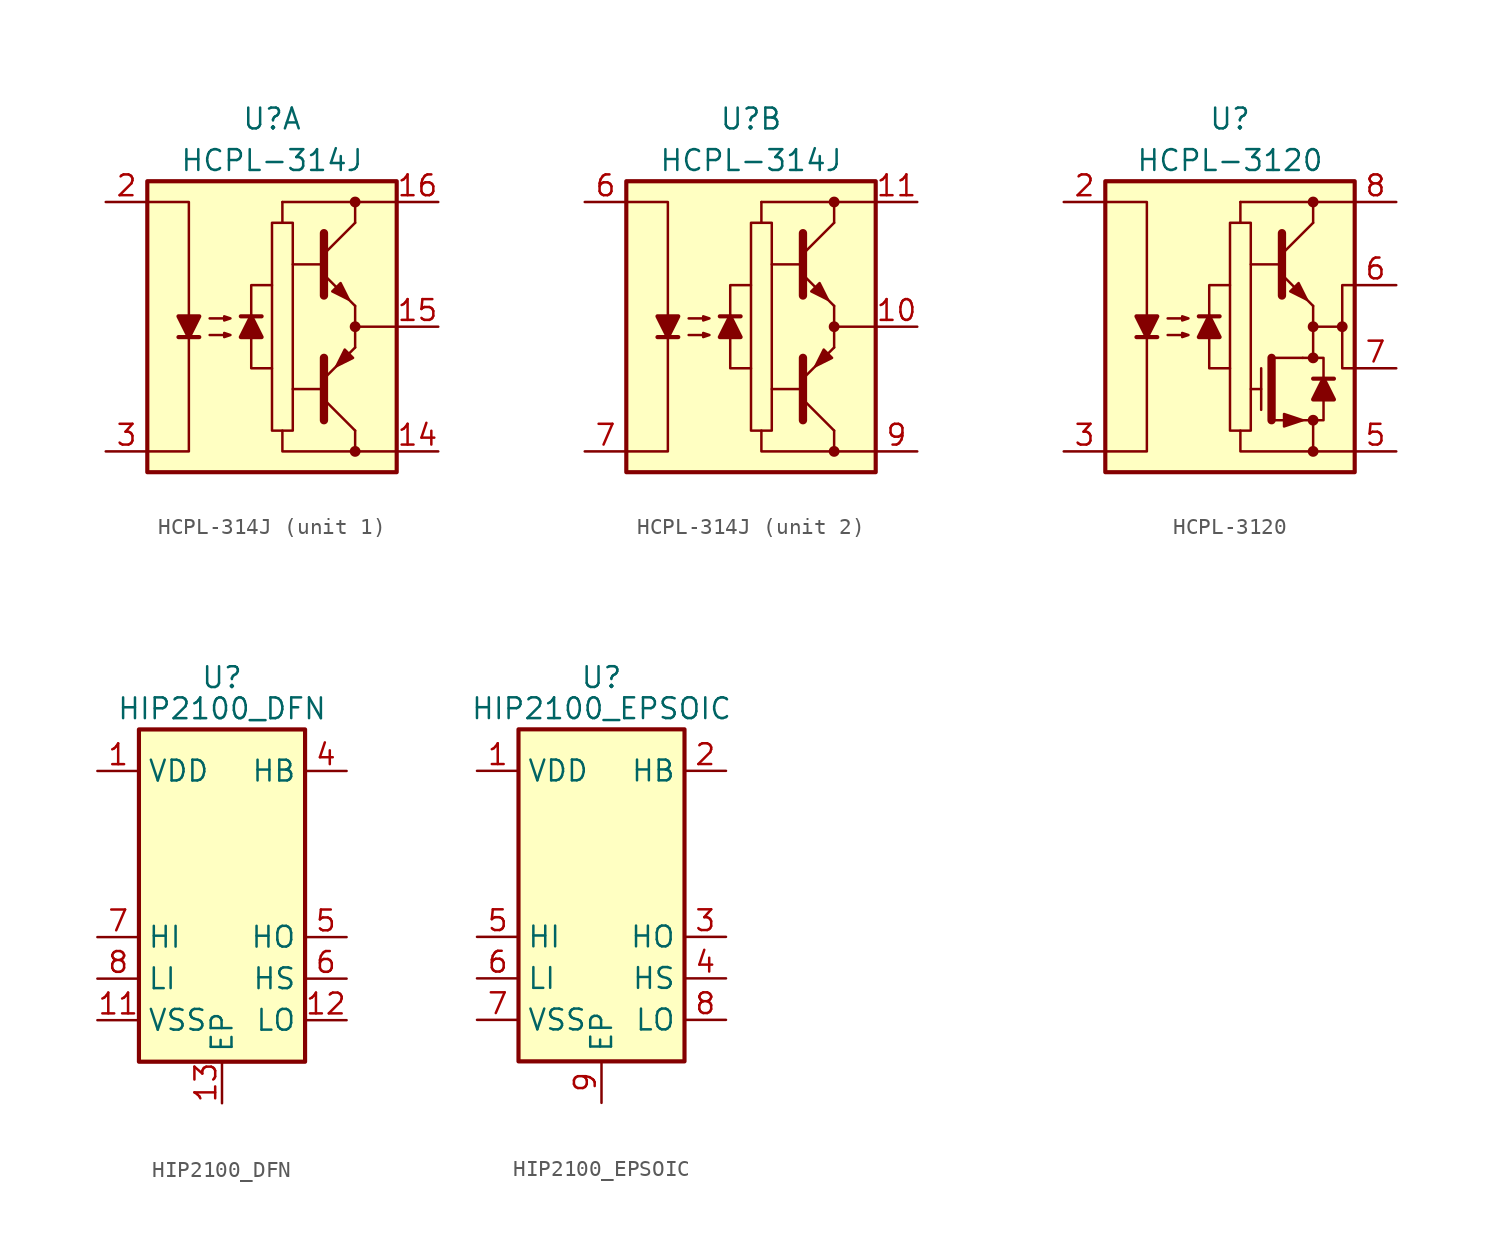
<source format=kicad_sym>
(kicad_symbol_lib
  (version 20241209)
  (generator "kicad_symbol_editor")
  (generator_version "9.0")
  (symbol "HCPL-314J"
    (pin_names
      (hide yes))
    (property "Reference" "U"
      (at 0 12.7 0)
      (effects (font (size 1.27 1.27))))
    (property "Value" "HCPL-314J"
      (at 0 10.16 0)
      (effects (font (size 1.27 1.27))))
    (symbol "HCPL-314J_0_1"
      (rectangle (start -7.62 8.89) (end 7.62 -8.89) (stroke (width 0.254) (type default)) (fill (type background)))
      (polyline (pts (xy -7.62 7.62) (xy -5.08 7.62) (xy -5.08 -7.62) (xy -7.62 -7.62)) (stroke (width 0) (type default)) (fill (type none)))
      (polyline (pts (xy -5.715 -0.635) (xy -4.445 -0.635)) (stroke (width 0.254) (type default)) (fill (type none)))
      (polyline (pts (xy -5.08 -0.635) (xy -5.715 0.635) (xy -4.445 0.635) (xy -5.08 -0.635)) (stroke (width 0.254) (type default)) (fill (type outline)))
      (polyline (pts (xy -3.81 0.508) (xy -2.54 0.508) (xy -2.921 0.381) (xy -2.921 0.635) (xy -2.54 0.508)) (stroke (width 0) (type default)) (fill (type none)))
      (polyline (pts (xy -3.81 -0.508) (xy -2.54 -0.508) (xy -2.921 -0.635) (xy -2.921 -0.381) (xy -2.54 -0.508)) (stroke (width 0) (type default)) (fill (type none)))
      (polyline (pts (xy -1.27 0.635) (xy -1.27 2.54) (xy 0 2.54)) (stroke (width 0) (type default)) (fill (type none)))
      (polyline (pts (xy -1.27 0.635) (xy -0.635 -0.635) (xy -1.905 -0.635) (xy -1.27 0.635)) (stroke (width 0.254) (type default)) (fill (type outline)))
      (polyline (pts (xy -1.27 -0.635) (xy -1.27 -2.54) (xy 0 -2.54)) (stroke (width 0) (type default)) (fill (type none)))
      (polyline (pts (xy -0.635 0.635) (xy -1.905 0.635)) (stroke (width 0.254) (type default)) (fill (type none)))
      (rectangle (start 0.635 6.35) (end 0.635 7.62) (stroke (width 0) (type default)) (fill (type none)))
      (rectangle (start 0.635 6.35) (end 0.635 6.35) (stroke (width 0) (type default)) (fill (type none)))
      (polyline (pts (xy 0.635 -6.35) (xy 0.635 -7.62) (xy 7.62 -7.62)) (stroke (width 0) (type default)) (fill (type none)))
      (polyline (pts (xy 1.27 6.35) (xy 1.27 -6.35) (xy 0 -6.35) (xy 0 6.35) (xy 1.27 6.35)) (stroke (width 0) (type default)) (fill (type none)))
      (polyline (pts (xy 3.048 3.81) (xy 1.27 3.81)) (stroke (width 0) (type default)) (fill (type none)))
      (polyline (pts (xy 3.048 -3.81) (xy 1.27 -3.81)) (stroke (width 0) (type default)) (fill (type none)))
      (polyline (pts (xy 3.175 5.715) (xy 3.175 1.905) (xy 3.175 1.905)) (stroke (width 0.508) (type default)) (fill (type none)))
      (polyline (pts (xy 3.175 4.445) (xy 5.08 6.35)) (stroke (width 0) (type default)) (fill (type none)))
      (polyline (pts (xy 3.175 -4.445) (xy 5.08 -6.35)) (stroke (width 0) (type default)) (fill (type none)))
      (polyline (pts (xy 3.175 -5.715) (xy 3.175 -1.905) (xy 3.175 -1.905)) (stroke (width 0.508) (type default)) (fill (type none)))
      (polyline (pts (xy 3.683 2.159) (xy 4.191 2.667) (xy 4.699 1.651) (xy 3.683 2.159) (xy 3.683 2.159)) (stroke (width 0) (type default)) (fill (type outline)))
      (polyline (pts (xy 4.953 -1.905) (xy 4.445 -1.397) (xy 3.937 -2.413) (xy 4.953 -1.905) (xy 4.953 -1.905)) (stroke (width 0) (type default)) (fill (type outline)))
      (circle (center 5.08 7.62) (radius 0.254) (stroke (width 0) (type default)) (fill (type outline)))
      (polyline (pts (xy 5.08 6.35) (xy 5.08 7.62)) (stroke (width 0) (type default)) (fill (type none)))
      (polyline (pts (xy 5.08 1.27) (xy 3.175 3.175)) (stroke (width 0) (type default)) (fill (type outline)))
      (rectangle (start 5.08 1.27) (end 5.08 -1.27) (stroke (width 0) (type default)) (fill (type none)))
      (polyline (pts (xy 5.08 0) (xy 7.62 0)) (stroke (width 0) (type default)) (fill (type none)))
      (circle (center 5.08 0) (radius 0.254) (stroke (width 0) (type default)) (fill (type outline)))
      (polyline (pts (xy 5.08 -1.27) (xy 3.175 -3.175)) (stroke (width 0) (type default)) (fill (type outline)))
      (polyline (pts (xy 5.08 -6.35) (xy 5.08 -7.62)) (stroke (width 0) (type default)) (fill (type none)))
      (circle (center 5.08 -7.62) (radius 0.254) (stroke (width 0) (type default)) (fill (type outline)))
      (polyline (pts (xy 7.62 7.62) (xy 0.635 7.62)) (stroke (width 0) (type default)) (fill (type none))))
    (symbol "HCPL-314J_1_1"
      (pin passive line (at -10.16 7.62 0) (length 2.54) (name "A" (effects (font (size 1.27 1.27)))) (number "2" (effects (font (size 1.27 1.27)))))
      (pin passive line (at -10.16 -7.62 0) (length 2.54) (name "C" (effects (font (size 1.27 1.27)))) (number "3" (effects (font (size 1.27 1.27)))))
      (pin no_connect line (at -7.62 0 0) (length 2.54) (hide yes) (name "NC" (effects (font (size 1.27 1.27)))) (number "1" (effects (font (size 1.27 1.27)))))
      (pin power_in line (at 10.16 7.62 180) (length 2.54) (name "VCC" (effects (font (size 1.27 1.27)))) (number "16" (effects (font (size 1.27 1.27)))))
      (pin output line (at 10.16 0 180) (length 2.54) (name "VO" (effects (font (size 1.27 1.27)))) (number "15" (effects (font (size 1.27 1.27)))))
      (pin power_in line (at 10.16 -7.62 180) (length 2.54) (name "VEE" (effects (font (size 1.27 1.27)))) (number "14" (effects (font (size 1.27 1.27))))))
    (symbol "HCPL-314J_2_1"
      (pin passive line (at -10.16 7.62 0) (length 2.54) (name "A" (effects (font (size 1.27 1.27)))) (number "6" (effects (font (size 1.27 1.27)))))
      (pin passive line (at -10.16 -7.62 0) (length 2.54) (name "C" (effects (font (size 1.27 1.27)))) (number "7" (effects (font (size 1.27 1.27)))))
      (pin no_connect line (at -7.62 0 0) (length 2.54) (hide yes) (name "NC" (effects (font (size 1.27 1.27)))) (number "8" (effects (font (size 1.27 1.27)))))
      (pin power_in line (at 10.16 7.62 180) (length 2.54) (name "VCC" (effects (font (size 1.27 1.27)))) (number "11" (effects (font (size 1.27 1.27)))))
      (pin output line (at 10.16 0 180) (length 2.54) (name "VO" (effects (font (size 1.27 1.27)))) (number "10" (effects (font (size 1.27 1.27)))))
      (pin power_in line (at 10.16 -7.62 180) (length 2.54) (name "VEE" (effects (font (size 1.27 1.27)))) (number "9" (effects (font (size 1.27 1.27)))))))
  (symbol "HCPL-3120"
    (pin_names
      (hide yes))
    (property "Reference" "U"
      (at 0 12.7 0)
      (effects (font (size 1.27 1.27))))
    (property "Value" "HCPL-3120"
      (at 0 10.16 0)
      (effects (font (size 1.27 1.27))))
    (symbol "HCPL-3120_0_1"
      (rectangle (start -7.62 8.89) (end 7.62 -8.89) (stroke (width 0.254) (type default)) (fill (type background)))
      (polyline (pts (xy -7.62 7.62) (xy -5.08 7.62) (xy -5.08 -7.62) (xy -7.62 -7.62)) (stroke (width 0) (type default)) (fill (type none)))
      (polyline (pts (xy -5.715 -0.635) (xy -4.445 -0.635)) (stroke (width 0.254) (type default)) (fill (type none)))
      (polyline (pts (xy -5.08 -0.635) (xy -5.715 0.635) (xy -4.445 0.635) (xy -5.08 -0.635)) (stroke (width 0.254) (type default)) (fill (type outline)))
      (polyline (pts (xy -3.81 0.508) (xy -2.54 0.508) (xy -2.921 0.381) (xy -2.921 0.635) (xy -2.54 0.508)) (stroke (width 0) (type default)) (fill (type none)))
      (polyline (pts (xy -3.81 -0.508) (xy -2.54 -0.508) (xy -2.921 -0.635) (xy -2.921 -0.381) (xy -2.54 -0.508)) (stroke (width 0) (type default)) (fill (type none)))
      (polyline (pts (xy -1.27 0.635) (xy -1.27 2.54) (xy 0 2.54)) (stroke (width 0) (type default)) (fill (type none)))
      (polyline (pts (xy -1.27 0.635) (xy -0.635 -0.635) (xy -1.905 -0.635) (xy -1.27 0.635)) (stroke (width 0.254) (type default)) (fill (type outline)))
      (polyline (pts (xy -1.27 -0.635) (xy -1.27 -2.54) (xy 0 -2.54)) (stroke (width 0) (type default)) (fill (type none)))
      (polyline (pts (xy -0.635 0.635) (xy -1.905 0.635)) (stroke (width 0.254) (type default)) (fill (type none)))
      (rectangle (start 0.635 6.35) (end 0.635 7.62) (stroke (width 0) (type default)) (fill (type none)))
      (rectangle (start 0.635 6.35) (end 0.635 6.35) (stroke (width 0) (type default)) (fill (type none)))
      (polyline (pts (xy 0.635 -6.35) (xy 0.635 -7.62) (xy 7.62 -7.62)) (stroke (width 0) (type default)) (fill (type none)))
      (polyline (pts (xy 1.27 6.35) (xy 1.27 -6.35) (xy 0 -6.35) (xy 0 6.35) (xy 1.27 6.35)) (stroke (width 0) (type default)) (fill (type none)))
      (polyline (pts (xy 1.27 -3.81) (xy 1.905 -3.81)) (stroke (width 0) (type default)) (fill (type none)))
      (polyline (pts (xy 1.905 -5.08) (xy 1.905 -2.54)) (stroke (width 0) (type default)) (fill (type none)))
      (polyline (pts (xy 2.54 -5.715) (xy 2.54 -1.905)) (stroke (width 0.508) (type default)) (fill (type none)))
      (polyline (pts (xy 3.048 3.81) (xy 1.27 3.81)) (stroke (width 0) (type default)) (fill (type none)))
      (polyline (pts (xy 3.175 5.715) (xy 3.175 1.905) (xy 3.175 1.905)) (stroke (width 0.508) (type default)) (fill (type none)))
      (polyline (pts (xy 3.175 4.445) (xy 5.08 6.35)) (stroke (width 0) (type default)) (fill (type none)))
      (polyline (pts (xy 3.683 2.159) (xy 4.191 2.667) (xy 4.699 1.651) (xy 3.683 2.159) (xy 3.683 2.159)) (stroke (width 0) (type default)) (fill (type outline)))
      (polyline (pts (xy 4.445 -1.905) (xy 2.54 -1.905)) (stroke (width 0) (type default)) (fill (type none)))
      (polyline (pts (xy 4.445 -1.905) (xy 5.715 -1.905) (xy 5.715 -3.175)) (stroke (width 0) (type default)) (fill (type none)))
      (polyline (pts (xy 4.445 -5.715) (xy 3.302 -5.334) (xy 3.302 -6.096) (xy 4.445 -5.715)) (stroke (width 0) (type default)) (fill (type outline)))
      (circle (center 5.08 7.62) (radius 0.254) (stroke (width 0) (type default)) (fill (type outline)))
      (polyline (pts (xy 5.08 6.35) (xy 5.08 7.62)) (stroke (width 0) (type default)) (fill (type none)))
      (polyline (pts (xy 5.08 1.27) (xy 3.175 3.175)) (stroke (width 0) (type default)) (fill (type outline)))
      (polyline (pts (xy 5.08 1.27) (xy 5.08 -1.905)) (stroke (width 0) (type default)) (fill (type none)))
      (polyline (pts (xy 5.08 0) (xy 6.858 0)) (stroke (width 0) (type default)) (fill (type none)))
      (circle (center 5.08 0) (radius 0.254) (stroke (width 0) (type default)) (fill (type outline)))
      (circle (center 5.08 -1.905) (radius 0.254) (stroke (width 0) (type default)) (fill (type outline)))
      (polyline (pts (xy 5.08 -5.715) (xy 5.08 -7.62)) (stroke (width 0) (type default)) (fill (type none)))
      (circle (center 5.08 -5.715) (radius 0.254) (stroke (width 0) (type default)) (fill (type outline)))
      (circle (center 5.08 -7.62) (radius 0.254) (stroke (width 0) (type default)) (fill (type outline)))
      (polyline (pts (xy 5.715 -3.175) (xy 6.35 -4.445) (xy 5.08 -4.445) (xy 5.715 -3.175)) (stroke (width 0.254) (type default)) (fill (type outline)))
      (polyline (pts (xy 5.715 -4.445) (xy 5.715 -5.715) (xy 2.54 -5.715)) (stroke (width 0) (type default)) (fill (type none)))
      (polyline (pts (xy 6.35 -3.175) (xy 5.08 -3.175)) (stroke (width 0.254) (type default)) (fill (type none)))
      (circle (center 6.858 0) (radius 0.254) (stroke (width 0) (type default)) (fill (type outline)))
      (polyline (pts (xy 7.62 7.62) (xy 0.635 7.62)) (stroke (width 0) (type default)) (fill (type none)))
      (polyline (pts (xy 7.62 2.54) (xy 6.858 2.54) (xy 6.858 -2.54) (xy 7.62 -2.54)) (stroke (width 0) (type default)) (fill (type none))))
    (symbol "HCPL-3120_1_1"
      (pin passive line (at -10.16 7.62 0) (length 2.54) (name "A" (effects (font (size 1.27 1.27)))) (number "2" (effects (font (size 1.27 1.27)))))
      (pin passive line (at -10.16 -7.62 0) (length 2.54) (name "C" (effects (font (size 1.27 1.27)))) (number "3" (effects (font (size 1.27 1.27)))))
      (pin no_connect line (at -7.62 2.54 0) (length 2.54) (hide yes) (name "NC" (effects (font (size 1.27 1.27)))) (number "1" (effects (font (size 1.27 1.27)))))
      (pin no_connect line (at -7.62 -2.54 0) (length 2.54) (hide yes) (name "NC" (effects (font (size 1.27 1.27)))) (number "4" (effects (font (size 1.27 1.27)))))
      (pin power_in line (at 10.16 7.62 180) (length 2.54) (name "VCC" (effects (font (size 1.27 1.27)))) (number "8" (effects (font (size 1.27 1.27)))))
      (pin output line (at 10.16 2.54 180) (length 2.54) (name "VO" (effects (font (size 1.27 1.27)))) (number "6" (effects (font (size 1.27 1.27)))))
      (pin output line (at 10.16 -2.54 180) (length 2.54) (name "VO" (effects (font (size 1.27 1.27)))) (number "7" (effects (font (size 1.27 1.27)))))
      (pin power_out line (at 10.16 -7.62 180) (length 2.54) (name "VEE" (effects (font (size 1.27 1.27)))) (number "5" (effects (font (size 1.27 1.27)))))))
  (symbol "HIP2100_DFN"
    (property "Reference" "U"
      (at 0 13.335 0)
      (effects (font (size 1.27 1.27))))
    (property "Value" "HIP2100_DFN"
      (at 0 11.43 0)
      (effects (font (size 1.27 1.27))))
    (symbol "HIP2100_DFN_0_1"
      (rectangle (start -5.08 -10.16) (end 5.08 10.16) (stroke (width 0.254) (type default)) (fill (type background))))
    (symbol "HIP2100_DFN_1_1"
      (pin power_in line (at -7.62 7.62 0) (length 2.54) (name "VDD" (effects (font (size 1.27 1.27)))) (number "1" (effects (font (size 1.27 1.27)))))
      (pin input line (at -7.62 -2.54 0) (length 2.54) (name "HI" (effects (font (size 1.27 1.27)))) (number "7" (effects (font (size 1.27 1.27)))))
      (pin input line (at -7.62 -5.08 0) (length 2.54) (name "LI" (effects (font (size 1.27 1.27)))) (number "8" (effects (font (size 1.27 1.27)))))
      (pin power_in line (at -7.62 -7.62 0) (length 2.54) (name "VSS" (effects (font (size 1.27 1.27)))) (number "11" (effects (font (size 1.27 1.27)))))
      (pin no_connect line (at -5.08 5.08 0) (length 2.54) (hide yes) (name "NC" (effects (font (size 1.27 1.27)))) (number "2" (effects (font (size 1.27 1.27)))))
      (pin no_connect line (at -5.08 2.54 0) (length 2.54) (hide yes) (name "NC" (effects (font (size 1.27 1.27)))) (number "3" (effects (font (size 1.27 1.27)))))
      (pin output line (at 0 -12.7 90) (length 2.54) (name "EP" (effects (font (size 1.27 1.27)))) (number "13" (effects (font (size 1.27 1.27)))))
      (pin no_connect line (at 5.08 5.08 180) (length 2.54) (hide yes) (name "NC" (effects (font (size 1.27 1.27)))) (number "9" (effects (font (size 1.27 1.27)))))
      (pin no_connect line (at 5.08 2.54 180) (length 2.54) (hide yes) (name "NC" (effects (font (size 1.27 1.27)))) (number "10" (effects (font (size 1.27 1.27)))))
      (pin passive line (at 7.62 7.62 180) (length 2.54) (name "HB" (effects (font (size 1.27 1.27)))) (number "4" (effects (font (size 1.27 1.27)))))
      (pin output line (at 7.62 -2.54 180) (length 2.54) (name "HO" (effects (font (size 1.27 1.27)))) (number "5" (effects (font (size 1.27 1.27)))))
      (pin passive line (at 7.62 -5.08 180) (length 2.54) (name "HS" (effects (font (size 1.27 1.27)))) (number "6" (effects (font (size 1.27 1.27)))))
      (pin output line (at 7.62 -7.62 180) (length 2.54) (name "LO" (effects (font (size 1.27 1.27)))) (number "12" (effects (font (size 1.27 1.27)))))))
  (symbol "HIP2100_EPSOIC"
    (property "Reference" "U"
      (at 0 13.335 0)
      (effects (font (size 1.27 1.27))))
    (property "Value" "HIP2100_EPSOIC"
      (at 0 11.43 0)
      (effects (font (size 1.27 1.27))))
    (symbol "HIP2100_EPSOIC_0_1"
      (rectangle (start -5.08 -10.16) (end 5.08 10.16) (stroke (width 0.254) (type default)) (fill (type background))))
    (symbol "HIP2100_EPSOIC_1_1"
      (pin power_in line (at -7.62 7.62 0) (length 2.54) (name "VDD" (effects (font (size 1.27 1.27)))) (number "1" (effects (font (size 1.27 1.27)))))
      (pin input line (at -7.62 -2.54 0) (length 2.54) (name "HI" (effects (font (size 1.27 1.27)))) (number "5" (effects (font (size 1.27 1.27)))))
      (pin input line (at -7.62 -5.08 0) (length 2.54) (name "LI" (effects (font (size 1.27 1.27)))) (number "6" (effects (font (size 1.27 1.27)))))
      (pin power_in line (at -7.62 -7.62 0) (length 2.54) (name "VSS" (effects (font (size 1.27 1.27)))) (number "7" (effects (font (size 1.27 1.27)))))
      (pin output line (at 0 -12.7 90) (length 2.54) (name "EP" (effects (font (size 1.27 1.27)))) (number "9" (effects (font (size 1.27 1.27)))))
      (pin passive line (at 7.62 7.62 180) (length 2.54) (name "HB" (effects (font (size 1.27 1.27)))) (number "2" (effects (font (size 1.27 1.27)))))
      (pin output line (at 7.62 -2.54 180) (length 2.54) (name "HO" (effects (font (size 1.27 1.27)))) (number "3" (effects (font (size 1.27 1.27)))))
      (pin passive line (at 7.62 -5.08 180) (length 2.54) (name "HS" (effects (font (size 1.27 1.27)))) (number "4" (effects (font (size 1.27 1.27)))))
      (pin output line (at 7.62 -7.62 180) (length 2.54) (name "LO" (effects (font (size 1.27 1.27)))) (number "8" (effects (font (size 1.27 1.27))))))))
</source>
